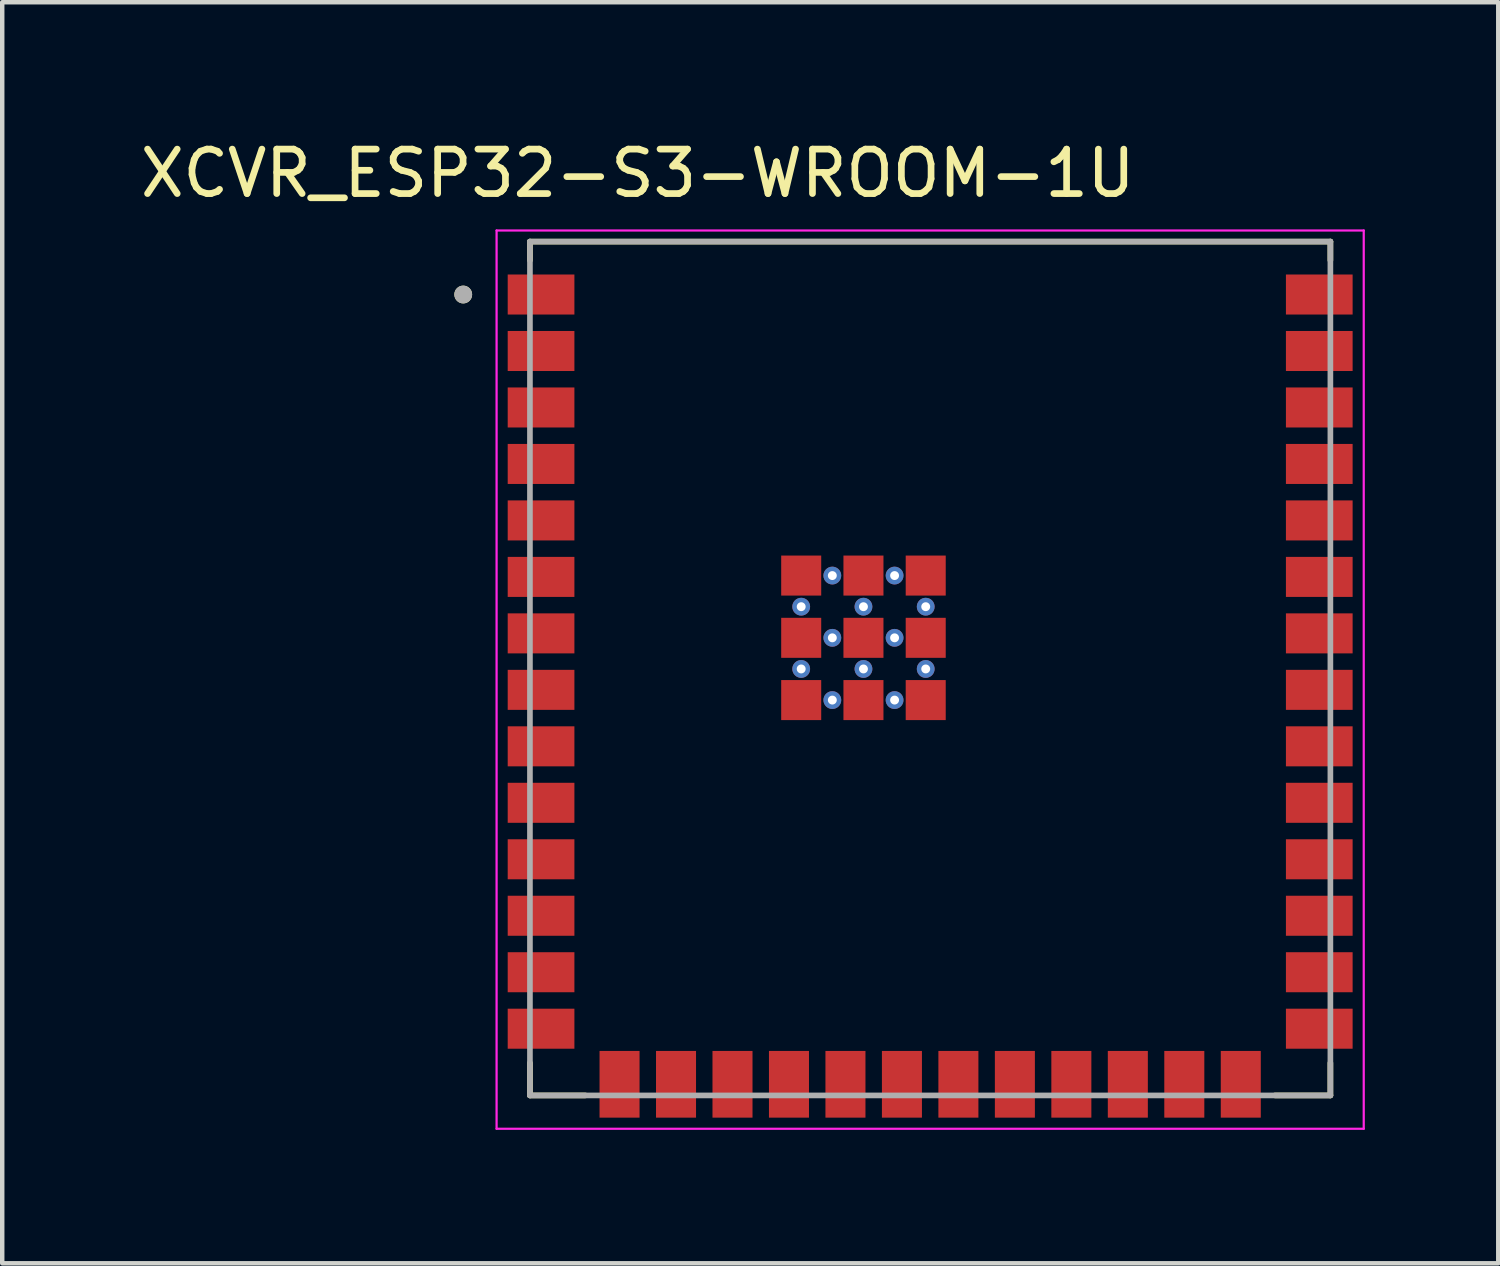
<source format=kicad_pcb>
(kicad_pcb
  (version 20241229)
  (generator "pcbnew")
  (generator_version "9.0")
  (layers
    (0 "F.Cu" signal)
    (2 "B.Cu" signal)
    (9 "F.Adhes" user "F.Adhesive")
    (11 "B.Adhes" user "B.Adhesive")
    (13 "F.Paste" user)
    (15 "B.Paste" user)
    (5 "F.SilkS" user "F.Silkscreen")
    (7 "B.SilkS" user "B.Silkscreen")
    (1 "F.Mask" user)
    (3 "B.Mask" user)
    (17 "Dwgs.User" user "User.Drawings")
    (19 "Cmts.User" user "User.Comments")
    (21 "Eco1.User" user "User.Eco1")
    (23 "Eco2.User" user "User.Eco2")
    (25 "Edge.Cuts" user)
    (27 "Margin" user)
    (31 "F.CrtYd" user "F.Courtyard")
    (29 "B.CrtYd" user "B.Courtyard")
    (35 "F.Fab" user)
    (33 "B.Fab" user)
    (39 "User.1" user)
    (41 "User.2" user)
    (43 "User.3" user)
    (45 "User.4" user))
  (footprint "XCVR_ESP32-S3-WROOM-1U"
    (layer "F.Cu")
    (at 17.867 11.983)
    (property "Reference" "XCVR_ESP32-S3-WROOM-1U" (at -6.575 -11.135 0) (layer "F.SilkS") (effects (font (size 1 1) (thickness 0.15))))
    (attr through_hole)
    (fp_line (start -9 -9.6) (end 9 -9.6) (stroke (width 0.127) (type solid)) (layer "F.SilkS"))
    (fp_line (start -9 -9.18) (end -9 -9.6) (stroke (width 0.127) (type solid)) (layer "F.SilkS"))
    (fp_line (start -9 9.6) (end -9 8.87) (stroke (width 0.127) (type solid)) (layer "F.SilkS"))
    (fp_line (start -7.755 9.6) (end -9 9.6) (stroke (width 0.127) (type solid)) (layer "F.SilkS"))
    (fp_line (start 9 -9.6) (end 9 -9.18) (stroke (width 0.127) (type solid)) (layer "F.SilkS"))
    (fp_line (start 9 9.6) (end 7.755 9.6) (stroke (width 0.127) (type solid)) (layer "F.SilkS"))
    (fp_line (start 9 9.6) (end 9 8.87) (stroke (width 0.127) (type solid)) (layer "F.SilkS"))
    (fp_circle (center -10.5 -8.41) (end -10.4 -8.41) (stroke (width 0.2) (type solid)) (fill no) (layer "F.SilkS"))
    (fp_line (start -9.75 -9.85) (end -9.75 10.35) (stroke (width 0.05) (type solid)) (layer "F.CrtYd"))
    (fp_line (start -9.75 10.35) (end 9.75 10.35) (stroke (width 0.05) (type solid)) (layer "F.CrtYd"))
    (fp_line (start 9.75 -9.85) (end -9.75 -9.85) (stroke (width 0.05) (type solid)) (layer "F.CrtYd"))
    (fp_line (start 9.75 10.35) (end 9.75 -9.85) (stroke (width 0.05) (type solid)) (layer "F.CrtYd"))
    (fp_line (start -9 -9.6) (end 9 -9.6) (stroke (width 0.127) (type solid)) (layer "F.Fab"))
    (fp_line (start -9 9.6) (end -9 -9.6) (stroke (width 0.127) (type solid)) (layer "F.Fab"))
    (fp_line (start 9 -9.6) (end 9 9.6) (stroke (width 0.127) (type solid)) (layer "F.Fab"))
    (fp_line (start 9 9.6) (end -9 9.6) (stroke (width 0.127) (type solid)) (layer "F.Fab"))
    (fp_circle (center -10.5 -8.41) (end -10.4 -8.41) (stroke (width 0.2) (type solid)) (fill no) (layer "F.Fab"))
    (pad "1" smd rect (at -8.75 -8.41) (size 1.5 0.9) (layers "F.Cu" "F.Mask" "F.Paste"))
    (pad "2" smd rect (at -8.75 -7.14) (size 1.5 0.9) (layers "F.Cu" "F.Mask" "F.Paste"))
    (pad "3" smd rect (at -8.75 -5.87) (size 1.5 0.9) (layers "F.Cu" "F.Mask" "F.Paste"))
    (pad "4" smd rect (at -8.75 -4.6) (size 1.5 0.9) (layers "F.Cu" "F.Mask" "F.Paste"))
    (pad "5" smd rect (at -8.75 -3.33) (size 1.5 0.9) (layers "F.Cu" "F.Mask" "F.Paste"))
    (pad "6" smd rect (at -8.75 -2.06) (size 1.5 0.9) (layers "F.Cu" "F.Mask" "F.Paste"))
    (pad "7" smd rect (at -8.75 -0.79) (size 1.5 0.9) (layers "F.Cu" "F.Mask" "F.Paste"))
    (pad "8" smd rect (at -8.75 0.48) (size 1.5 0.9) (layers "F.Cu" "F.Mask" "F.Paste"))
    (pad "9" smd rect (at -8.75 1.75) (size 1.5 0.9) (layers "F.Cu" "F.Mask" "F.Paste"))
    (pad "10" smd rect (at -8.75 3.02) (size 1.5 0.9) (layers "F.Cu" "F.Mask" "F.Paste"))
    (pad "11" smd rect (at -8.75 4.29) (size 1.5 0.9) (layers "F.Cu" "F.Mask" "F.Paste"))
    (pad "12" smd rect (at -8.75 5.56) (size 1.5 0.9) (layers "F.Cu" "F.Mask" "F.Paste"))
    (pad "13" smd rect (at -8.75 6.83) (size 1.5 0.9) (layers "F.Cu" "F.Mask" "F.Paste"))
    (pad "14" smd rect (at -8.75 8.1) (size 1.5 0.9) (layers "F.Cu" "F.Mask" "F.Paste"))
    (pad "15" smd rect (at -6.985 9.35) (size 0.9 1.5) (layers "F.Cu" "F.Mask" "F.Paste"))
    (pad "16" smd rect (at -5.715 9.35) (size 0.9 1.5) (layers "F.Cu" "F.Mask" "F.Paste"))
    (pad "17" smd rect (at -4.445 9.35) (size 0.9 1.5) (layers "F.Cu" "F.Mask" "F.Paste"))
    (pad "18" smd rect (at -3.175 9.35) (size 0.9 1.5) (layers "F.Cu" "F.Mask" "F.Paste"))
    (pad "19" smd rect (at -1.905 9.35) (size 0.9 1.5) (layers "F.Cu" "F.Mask" "F.Paste"))
    (pad "20" smd rect (at -0.635 9.35) (size 0.9 1.5) (layers "F.Cu" "F.Mask" "F.Paste"))
    (pad "21" smd rect (at 0.635 9.35) (size 0.9 1.5) (layers "F.Cu" "F.Mask" "F.Paste"))
    (pad "22" smd rect (at 1.905 9.35) (size 0.9 1.5) (layers "F.Cu" "F.Mask" "F.Paste"))
    (pad "23" smd rect (at 3.175 9.35) (size 0.9 1.5) (layers "F.Cu" "F.Mask" "F.Paste"))
    (pad "24" smd rect (at 4.445 9.35) (size 0.9 1.5) (layers "F.Cu" "F.Mask" "F.Paste"))
    (pad "25" smd rect (at 5.715 9.35) (size 0.9 1.5) (layers "F.Cu" "F.Mask" "F.Paste"))
    (pad "26" smd rect (at 6.985 9.35) (size 0.9 1.5) (layers "F.Cu" "F.Mask" "F.Paste"))
    (pad "27" smd rect (at 8.75 8.1) (size 1.5 0.9) (layers "F.Cu" "F.Mask" "F.Paste"))
    (pad "28" smd rect (at 8.75 6.83) (size 1.5 0.9) (layers "F.Cu" "F.Mask" "F.Paste"))
    (pad "29" smd rect (at 8.75 5.56) (size 1.5 0.9) (layers "F.Cu" "F.Mask" "F.Paste"))
    (pad "30" smd rect (at 8.75 4.29) (size 1.5 0.9) (layers "F.Cu" "F.Mask" "F.Paste"))
    (pad "31" smd rect (at 8.75 3.02) (size 1.5 0.9) (layers "F.Cu" "F.Mask" "F.Paste"))
    (pad "32" smd rect (at 8.75 1.75) (size 1.5 0.9) (layers "F.Cu" "F.Mask" "F.Paste"))
    (pad "33" smd rect (at 8.75 0.48) (size 1.5 0.9) (layers "F.Cu" "F.Mask" "F.Paste"))
    (pad "34" smd rect (at 8.75 -0.79) (size 1.5 0.9) (layers "F.Cu" "F.Mask" "F.Paste"))
    (pad "35" smd rect (at 8.75 -2.06) (size 1.5 0.9) (layers "F.Cu" "F.Mask" "F.Paste"))
    (pad "36" smd rect (at 8.75 -3.33) (size 1.5 0.9) (layers "F.Cu" "F.Mask" "F.Paste"))
    (pad "37" smd rect (at 8.75 -4.6) (size 1.5 0.9) (layers "F.Cu" "F.Mask" "F.Paste"))
    (pad "38" smd rect (at 8.75 -5.87) (size 1.5 0.9) (layers "F.Cu" "F.Mask" "F.Paste"))
    (pad "39" smd rect (at 8.75 -7.14) (size 1.5 0.9) (layers "F.Cu" "F.Mask" "F.Paste"))
    (pad "40" smd rect (at 8.75 -8.41) (size 1.5 0.9) (layers "F.Cu" "F.Mask" "F.Paste"))
    (pad "41_1" smd rect (at -2.9 -2.09) (size 0.9 0.9) (layers "F.Cu" "F.Mask" "F.Paste"))
    (pad "41_2" smd rect (at -1.5 -2.09) (size 0.9 0.9) (layers "F.Cu" "F.Mask" "F.Paste"))
    (pad "41_3" smd rect (at -0.1 -2.09) (size 0.9 0.9) (layers "F.Cu" "F.Mask" "F.Paste"))
    (pad "41_4" smd rect (at -2.9 -0.69) (size 0.9 0.9) (layers "F.Cu" "F.Mask" "F.Paste"))
    (pad "41_5" smd rect (at -1.5 -0.69) (size 0.9 0.9) (layers "F.Cu" "F.Mask" "F.Paste"))
    (pad "41_6" smd rect (at -0.1 -0.69) (size 0.9 0.9) (layers "F.Cu" "F.Mask" "F.Paste"))
    (pad "41_7" smd rect (at -2.9 0.71) (size 0.9 0.9) (layers "F.Cu" "F.Mask" "F.Paste"))
    (pad "41_8" smd rect (at -1.5 0.71) (size 0.9 0.9) (layers "F.Cu" "F.Mask" "F.Paste"))
    (pad "41_9" smd rect (at -0.1 0.71) (size 0.9 0.9) (layers "F.Cu" "F.Mask" "F.Paste"))
    (pad "41_10" thru_hole circle (at -2.2 -2.09) (size 0.4 0.4) (drill 0.2) (layers "*.Cu"))
    (pad "41_11" thru_hole circle (at -0.8 -2.09) (size 0.4 0.4) (drill 0.2) (layers "*.Cu"))
    (pad "41_12" thru_hole circle (at -2.9 -1.39) (size 0.4 0.4) (drill 0.2) (layers "*.Cu"))
    (pad "41_13" thru_hole circle (at -1.5 -1.39) (size 0.4 0.4) (drill 0.2) (layers "*.Cu"))
    (pad "41_14" thru_hole circle (at -0.1 -1.39) (size 0.4 0.4) (drill 0.2) (layers "*.Cu"))
    (pad "41_15" thru_hole circle (at -2.2 -0.69) (size 0.4 0.4) (drill 0.2) (layers "*.Cu"))
    (pad "41_16" thru_hole circle (at -0.8 -0.69) (size 0.4 0.4) (drill 0.2) (layers "*.Cu"))
    (pad "41_17" thru_hole circle (at -2.9 0.01) (size 0.4 0.4) (drill 0.2) (layers "*.Cu"))
    (pad "41_18" thru_hole circle (at -1.5 0.01) (size 0.4 0.4) (drill 0.2) (layers "*.Cu"))
    (pad "41_19" thru_hole circle (at -0.1 0.01) (size 0.4 0.4) (drill 0.2) (layers "*.Cu"))
    (pad "41_20" thru_hole circle (at -2.2 0.71) (size 0.4 0.4) (drill 0.2) (layers "*.Cu"))
    (pad "41_21" thru_hole circle (at -0.8 0.71) (size 0.4 0.4) (drill 0.2) (layers "*.Cu")))
  (gr_rect
    (start -3 -3)
    (end 30.642 25.358)
    (stroke (width 0.1) (type default))
    (fill no)
    (layer "Edge.Cuts")))
</source>
